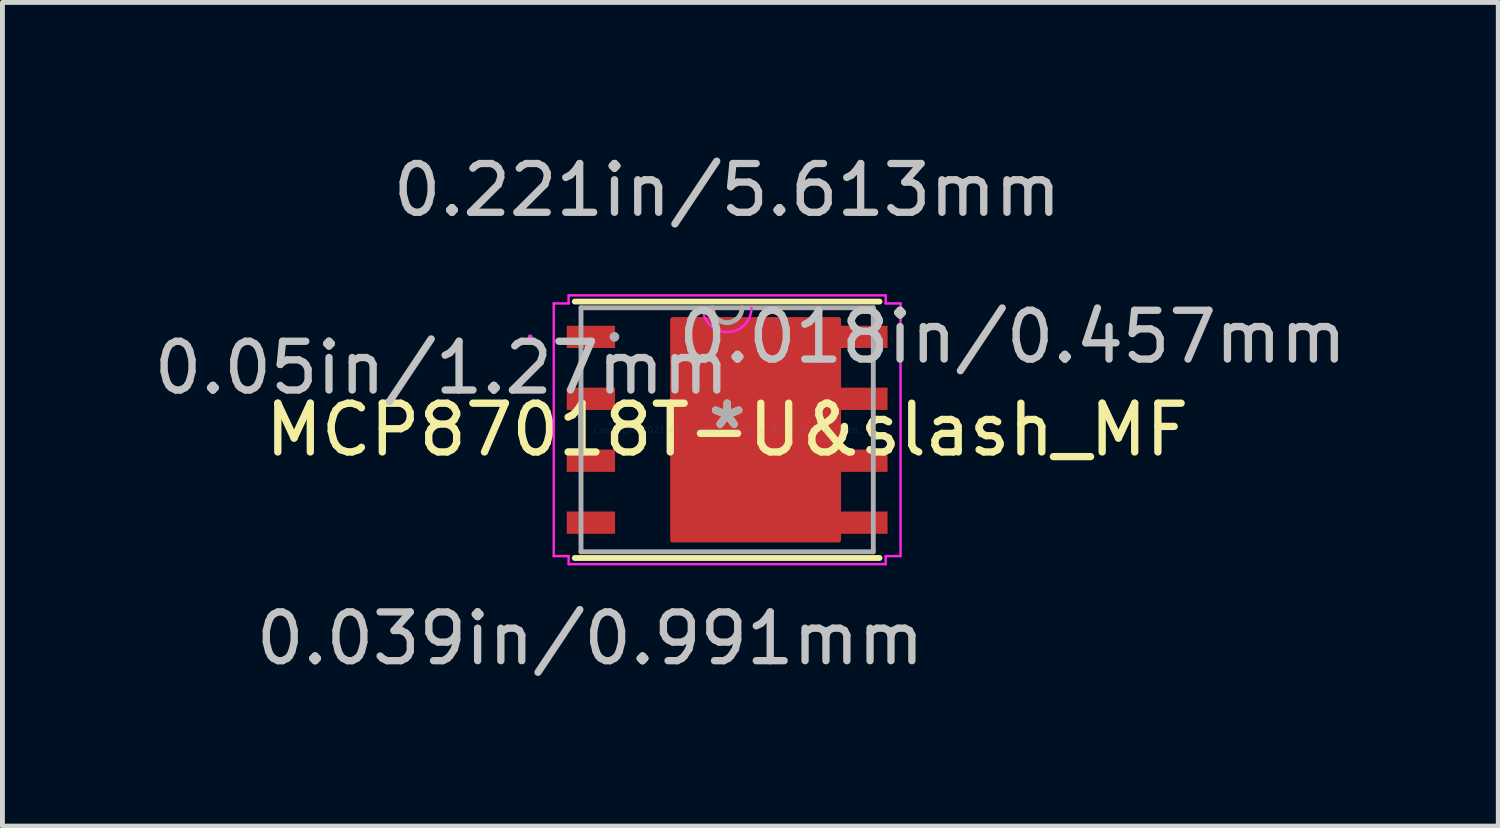
<source format=kicad_pcb>
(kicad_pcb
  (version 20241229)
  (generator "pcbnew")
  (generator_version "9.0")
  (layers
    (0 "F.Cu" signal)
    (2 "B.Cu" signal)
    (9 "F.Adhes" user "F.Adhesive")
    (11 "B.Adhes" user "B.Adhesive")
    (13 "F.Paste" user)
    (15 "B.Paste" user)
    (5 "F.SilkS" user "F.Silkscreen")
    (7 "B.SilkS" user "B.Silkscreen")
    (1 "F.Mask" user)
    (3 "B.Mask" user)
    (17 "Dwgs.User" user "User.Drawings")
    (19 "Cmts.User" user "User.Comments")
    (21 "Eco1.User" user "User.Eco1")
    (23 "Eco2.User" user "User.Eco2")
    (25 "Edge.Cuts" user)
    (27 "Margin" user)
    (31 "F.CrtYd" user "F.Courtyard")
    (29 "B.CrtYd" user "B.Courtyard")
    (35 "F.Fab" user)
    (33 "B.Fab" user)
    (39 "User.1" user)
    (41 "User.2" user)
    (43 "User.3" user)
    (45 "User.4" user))
  (footprint "MCP87018T-U&slash_MF"
    (layer "F.Cu")
    (at 11.861 5.763)
    (property "Reference" "MCP87018T-U&slash_MF" (at 0 0 0) (layer "F.SilkS") (effects (font (size 1 1) (thickness 0.15))))
    (attr through_hole)
    (fp_poly (pts (xy 2.286 -2.261) (xy -1.118 -2.261) (xy -1.118 2.261) (xy 2.286 2.261)) (stroke (width 0.1) (type solid)) (fill yes) (layer "F.Cu"))
    (fp_poly (pts (xy 2.286 -2.261) (xy -1.118 -2.261) (xy -1.118 2.261) (xy 2.286 2.261)) (stroke (width 0.1) (type solid)) (fill yes) (layer "F.Mask"))
    (fp_line (start -3.124 2.629) (end 3.124 2.629) (stroke (width 0.12) (type solid)) (layer "F.SilkS"))
    (fp_line (start 3.124 -2.629) (end -3.124 -2.629) (stroke (width 0.12) (type solid)) (layer "F.SilkS"))
    (fp_poly (pts (xy -3.289 -2.134) (xy -3.289 -1.676) (xy -2.299 -1.676) (xy -2.299 -2.134)) (stroke (width 0.1) (type solid)) (fill yes) (layer "F.Paste"))
    (fp_poly (pts (xy -3.289 -0.864) (xy -3.289 -0.406) (xy -2.299 -0.406) (xy -2.299 -0.864)) (stroke (width 0.1) (type solid)) (fill yes) (layer "F.Paste"))
    (fp_poly (pts (xy -3.289 0.406) (xy -3.289 0.864) (xy -2.299 0.864) (xy -2.299 0.406)) (stroke (width 0.1) (type solid)) (fill yes) (layer "F.Paste"))
    (fp_poly (pts (xy -3.289 1.676) (xy -3.289 2.134) (xy -2.299 2.134) (xy -2.299 1.676)) (stroke (width 0.1) (type solid)) (fill yes) (layer "F.Paste"))
    (fp_poly (pts (xy -1.018 -2.161) (xy -1.018 -0.854) (xy 0.484 -0.854) (xy 0.484 -2.161)) (stroke (width 0.1) (type solid)) (fill yes) (layer "F.Paste"))
    (fp_poly (pts (xy -1.018 -2.161) (xy -1.018 -0.854) (xy 0.484 -0.854) (xy 0.484 -2.161)) (stroke (width 0.1) (type solid)) (fill yes) (layer "F.Paste"))
    (fp_poly (pts (xy -1.018 -2.161) (xy -1.018 -0.854) (xy 0.484 -0.854) (xy 0.484 -2.161)) (stroke (width 0.1) (type solid)) (fill yes) (layer "F.Paste"))
    (fp_poly (pts (xy -1.018 -0.654) (xy -1.018 0.654) (xy 0.484 0.654) (xy 0.484 -0.654)) (stroke (width 0.1) (type solid)) (fill yes) (layer "F.Paste"))
    (fp_poly (pts (xy -1.018 -0.654) (xy -1.018 0.654) (xy 0.484 0.654) (xy 0.484 -0.654)) (stroke (width 0.1) (type solid)) (fill yes) (layer "F.Paste"))
    (fp_poly (pts (xy -1.018 -0.654) (xy -1.018 0.654) (xy 0.484 0.654) (xy 0.484 -0.654)) (stroke (width 0.1) (type solid)) (fill yes) (layer "F.Paste"))
    (fp_poly (pts (xy -1.018 0.854) (xy -1.018 2.161) (xy 0.484 2.161) (xy 0.484 0.854)) (stroke (width 0.1) (type solid)) (fill yes) (layer "F.Paste"))
    (fp_poly (pts (xy -1.018 0.854) (xy -1.018 2.161) (xy 0.484 2.161) (xy 0.484 0.854)) (stroke (width 0.1) (type solid)) (fill yes) (layer "F.Paste"))
    (fp_poly (pts (xy -1.018 0.854) (xy -1.018 2.161) (xy 0.484 2.161) (xy 0.484 0.854)) (stroke (width 0.1) (type solid)) (fill yes) (layer "F.Paste"))
    (fp_poly (pts (xy 0.684 -2.161) (xy 0.684 -0.854) (xy 2.186 -0.854) (xy 2.186 -2.161)) (stroke (width 0.1) (type solid)) (fill yes) (layer "F.Paste"))
    (fp_poly (pts (xy 0.684 -2.161) (xy 0.684 -0.854) (xy 2.186 -0.854) (xy 2.186 -2.161)) (stroke (width 0.1) (type solid)) (fill yes) (layer "F.Paste"))
    (fp_poly (pts (xy 0.684 -2.161) (xy 0.684 -0.854) (xy 2.186 -0.854) (xy 2.186 -2.161)) (stroke (width 0.1) (type solid)) (fill yes) (layer "F.Paste"))
    (fp_poly (pts (xy 0.684 -0.654) (xy 0.684 0.654) (xy 2.186 0.654) (xy 2.186 -0.654)) (stroke (width 0.1) (type solid)) (fill yes) (layer "F.Paste"))
    (fp_poly (pts (xy 0.684 -0.654) (xy 0.684 0.654) (xy 2.186 0.654) (xy 2.186 -0.654)) (stroke (width 0.1) (type solid)) (fill yes) (layer "F.Paste"))
    (fp_poly (pts (xy 0.684 -0.654) (xy 0.684 0.654) (xy 2.186 0.654) (xy 2.186 -0.654)) (stroke (width 0.1) (type solid)) (fill yes) (layer "F.Paste"))
    (fp_poly (pts (xy 0.684 0.854) (xy 0.684 2.161) (xy 2.186 2.161) (xy 2.186 0.854)) (stroke (width 0.1) (type solid)) (fill yes) (layer "F.Paste"))
    (fp_poly (pts (xy 0.684 0.854) (xy 0.684 2.161) (xy 2.186 2.161) (xy 2.186 0.854)) (stroke (width 0.1) (type solid)) (fill yes) (layer "F.Paste"))
    (fp_poly (pts (xy 0.684 0.854) (xy 0.684 2.161) (xy 2.186 2.161) (xy 2.186 0.854)) (stroke (width 0.1) (type solid)) (fill yes) (layer "F.Paste"))
    (fp_poly (pts (xy 2.299 -2.134) (xy 2.299 -1.676) (xy 3.289 -1.676) (xy 3.289 -2.134)) (stroke (width 0.1) (type solid)) (fill yes) (layer "F.Paste"))
    (fp_poly (pts (xy 2.299 -0.864) (xy 2.299 -0.406) (xy 3.289 -0.406) (xy 3.289 -0.864)) (stroke (width 0.1) (type solid)) (fill yes) (layer "F.Paste"))
    (fp_poly (pts (xy 2.299 0.406) (xy 2.299 0.864) (xy 3.289 0.864) (xy 3.289 0.406)) (stroke (width 0.1) (type solid)) (fill yes) (layer "F.Paste"))
    (fp_poly (pts (xy 2.299 1.676) (xy 2.299 2.134) (xy 3.289 2.134) (xy 3.289 1.676)) (stroke (width 0.1) (type solid)) (fill yes) (layer "F.Paste"))
    (fp_line (start -3.556 -2.591) (end -3.251 -2.591) (stroke (width 0.05) (type solid)) (layer "F.CrtYd"))
    (fp_line (start -3.556 2.591) (end -3.556 -2.591) (stroke (width 0.05) (type solid)) (layer "F.CrtYd"))
    (fp_line (start -3.251 -2.756) (end 3.251 -2.756) (stroke (width 0.05) (type solid)) (layer "F.CrtYd"))
    (fp_line (start -3.251 -2.591) (end -3.251 -2.756) (stroke (width 0.05) (type solid)) (layer "F.CrtYd"))
    (fp_line (start -3.251 2.591) (end -3.556 2.591) (stroke (width 0.05) (type solid)) (layer "F.CrtYd"))
    (fp_line (start -3.251 2.756) (end -3.251 2.591) (stroke (width 0.05) (type solid)) (layer "F.CrtYd"))
    (fp_line (start 3.251 -2.756) (end 3.251 -2.591) (stroke (width 0.05) (type solid)) (layer "F.CrtYd"))
    (fp_line (start 3.251 -2.591) (end 3.556 -2.591) (stroke (width 0.05) (type solid)) (layer "F.CrtYd"))
    (fp_line (start 3.251 2.591) (end 3.251 2.756) (stroke (width 0.05) (type solid)) (layer "F.CrtYd"))
    (fp_line (start 3.251 2.756) (end -3.251 2.756) (stroke (width 0.05) (type solid)) (layer "F.CrtYd"))
    (fp_line (start 3.556 -2.591) (end 3.556 2.591) (stroke (width 0.05) (type solid)) (layer "F.CrtYd"))
    (fp_line (start 3.556 2.591) (end 3.251 2.591) (stroke (width 0.05) (type solid)) (layer "F.CrtYd"))
    (fp_arc (start 0.499533 -2.5019) (mid 0 -2.002367) (end -0.499533 -2.5019) (stroke (width 0.05) (type solid)) (layer "F.CrtYd"))
    (fp_circle (center -4.039 -1.905) (end -4.039 -1.905) (stroke (width 0.05) (type solid)) (fill no) (layer "F.CrtYd"))
    (fp_line (start -2.997 -2.502) (end -2.997 2.502) (stroke (width 0.1) (type solid)) (layer "F.Fab"))
    (fp_line (start -2.997 2.502) (end 2.997 2.502) (stroke (width 0.1) (type solid)) (layer "F.Fab"))
    (fp_line (start 2.997 -2.502) (end -2.997 -2.502) (stroke (width 0.1) (type solid)) (layer "F.Fab"))
    (fp_line (start 2.997 2.502) (end 2.997 -2.502) (stroke (width 0.1) (type solid)) (layer "F.Fab"))
    (fp_arc (start 0.3048 -2.5019) (mid 0 -2.1971) (end -0.3048 -2.5019) (stroke (width 0.1) (type solid)) (layer "F.Fab"))
    (fp_circle (center -2.311 -1.905) (end -2.311 -1.905) (stroke (width 0.1) (type solid)) (fill no) (layer "F.Fab"))
    (fp_text user "*" (at 0 0 0) (layer "F.SilkS") (effects (font (size 1 1) (thickness 0.15))))
    (fp_text user "0.018in/0.457mm" (at 5.855 -1.905 0) (layer "Dwgs.User") (effects (font (size 1 1) (thickness 0.15))))
    (fp_text user "0.221in/5.613mm" (at 0 -4.915 0) (layer "Dwgs.User") (effects (font (size 1 1) (thickness 0.15))))
    (fp_text user "0.05in/1.27mm" (at -5.855 -1.27 0) (layer "Dwgs.User") (effects (font (size 1 1) (thickness 0.15))))
    (fp_text user "0.039in/0.991mm" (at -2.807 4.28 0) (layer "Dwgs.User") (effects (font (size 1 1) (thickness 0.15))))
    (fp_text user "Copyright 2021 Accelerated Designs. All rights reserved." (at 0 0 0) (layer "Cmts.User") (effects (font (size 0.127 0.127) (thickness 0.002))))
    (fp_text user "*" (at 0 0 0) (layer "F.Fab") (effects (font (size 1 1) (thickness 0.15))))
    (pad "1" smd rect (at -2.794 -1.905) (size 0.991 0.457) (layers "F.Cu" "F.Mask"))
    (pad "2" smd rect (at -2.794 -0.635) (size 0.991 0.457) (layers "F.Cu" "F.Mask"))
    (pad "3" smd rect (at -2.794 0.635) (size 0.991 0.457) (layers "F.Cu" "F.Mask"))
    (pad "4" smd rect (at -2.794 1.905) (size 0.991 0.457) (layers "F.Cu" "F.Mask"))
    (pad "5" smd rect (at 2.794 1.905) (size 0.991 0.457) (layers "F.Cu" "F.Mask"))
    (pad "6" smd rect (at 2.794 0.635) (size 0.991 0.457) (layers "F.Cu" "F.Mask"))
    (pad "7" smd rect (at 2.794 -0.635) (size 0.991 0.457) (layers "F.Cu" "F.Mask"))
    (pad "8" smd rect (at 2.794 -1.905) (size 0.991 0.457) (layers "F.Cu" "F.Mask")))
  (gr_rect
    (start -3 -3)
    (end 27.674 13.891)
    (stroke (width 0.1) (type default))
    (fill no)
    (layer "Edge.Cuts")))
</source>
